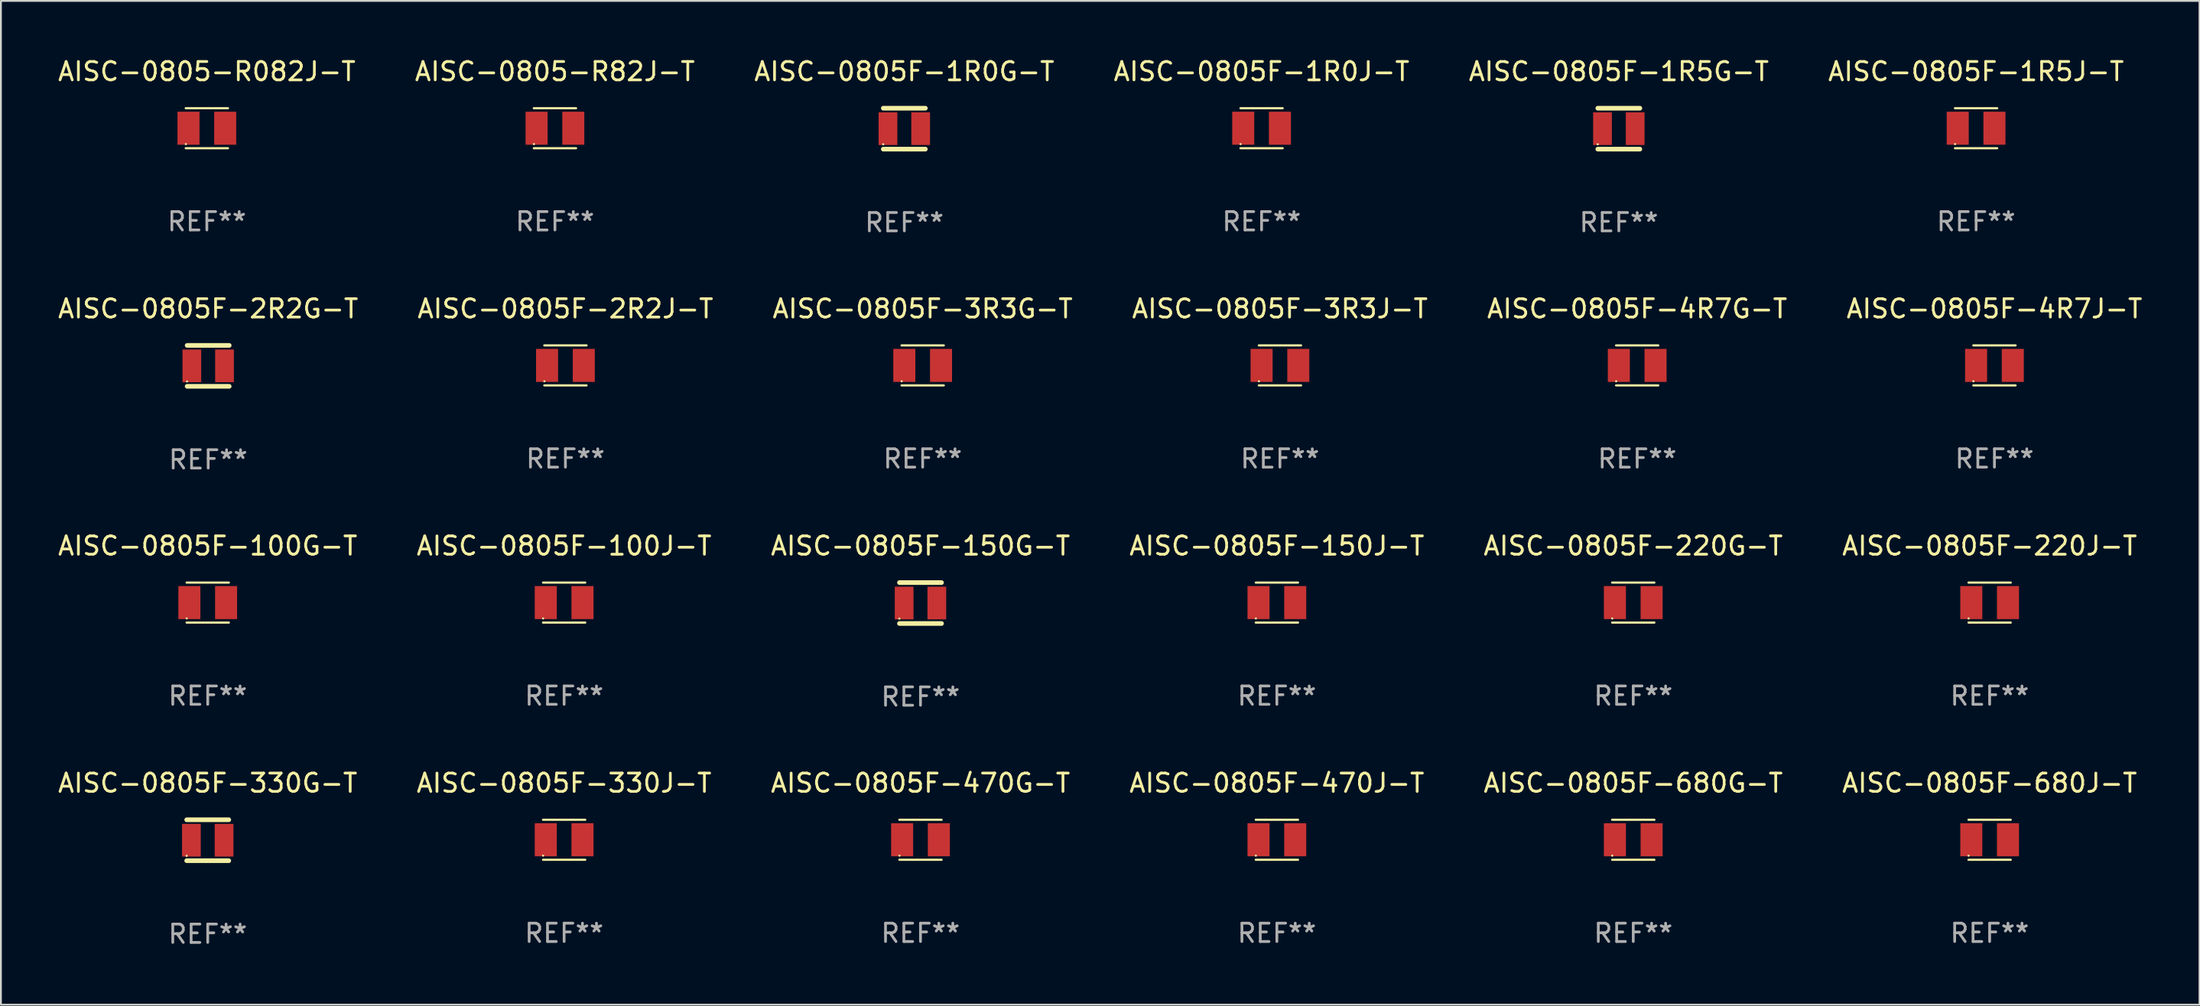
<source format=kicad_pcb>
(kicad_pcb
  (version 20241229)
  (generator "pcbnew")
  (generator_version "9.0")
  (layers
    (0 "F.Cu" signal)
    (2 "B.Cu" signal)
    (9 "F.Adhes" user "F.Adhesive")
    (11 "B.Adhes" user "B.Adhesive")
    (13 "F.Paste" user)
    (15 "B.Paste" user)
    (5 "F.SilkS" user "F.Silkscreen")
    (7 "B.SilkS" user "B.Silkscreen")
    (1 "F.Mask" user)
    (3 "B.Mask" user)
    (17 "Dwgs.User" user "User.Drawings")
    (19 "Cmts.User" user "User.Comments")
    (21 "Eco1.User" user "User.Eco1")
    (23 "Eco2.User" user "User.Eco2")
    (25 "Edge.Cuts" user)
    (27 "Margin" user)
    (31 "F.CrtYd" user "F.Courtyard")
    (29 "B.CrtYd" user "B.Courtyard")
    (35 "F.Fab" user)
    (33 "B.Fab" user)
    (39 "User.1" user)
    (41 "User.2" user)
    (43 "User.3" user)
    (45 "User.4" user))
  (footprint "AISC-0805F-4R7J-T"
    (layer "F.Cu")
    (at 105.613 16.865)
    (property "Reference" "AISC-0805F-4R7J-T" (at 0 -3.09 0) (layer "F.SilkS") (effects (font (size 1 1) (thickness 0.15))))
    (attr through_hole)
    (fp_line (start -1.15 1.09) (end 1.15 1.09) (stroke (width 0.12) (type solid)) (layer "F.SilkS"))
    (fp_line (start 1.15 -1.09) (end -1.15 -1.09) (stroke (width 0.12) (type solid)) (layer "F.SilkS"))
    (fp_circle (center -1.145 0.865) (end -1.115 0.865) (stroke (width 0.06) (type solid)) (fill no) (layer "F.SilkS"))
    (fp_text user "REF**" (at 0 5.09 0) (layer "F.Fab") (effects (font (size 1 1) (thickness 0.15))))
    (pad "1" smd rect (at -1 0 90) (size 1.8 1.2) (layers "F.Cu" "F.Mask" "F.Paste"))
    (pad "2" smd rect (at 1 0 90) (size 1.8 1.2) (layers "F.Cu" "F.Mask" "F.Paste")))
  (footprint "AISC-0805F-1R0G-T"
    (layer "F.Cu")
    (at 46.22 3.963)
    (property "Reference" "AISC-0805F-1R0G-T" (at 0 -3.115 0) (layer "F.SilkS") (effects (font (size 1 1) (thickness 0.15))))
    (attr through_hole)
    (fp_line (start -1.145 -1.115) (end 1.145 -1.115) (stroke (width 0.254) (type solid)) (layer "F.SilkS"))
    (fp_line (start -1.145 1.115) (end 1.145 1.115) (stroke (width 0.254) (type solid)) (layer "F.SilkS"))
    (fp_circle (center -1.15 0.85) (end -1.12 0.85) (stroke (width 0.06) (type solid)) (fill no) (layer "F.SilkS"))
    (fp_text user "REF**" (at 0 5.115 0) (layer "F.Fab") (effects (font (size 1 1) (thickness 0.15))))
    (pad "1" smd rect (at -0.89 0 90) (size 1.78 1.02) (layers "F.Cu" "F.Mask" "F.Paste"))
    (pad "2" smd rect (at 0.89 0 90) (size 1.78 1.02) (layers "F.Cu" "F.Mask" "F.Paste")))
  (footprint "AISC-0805F-150J-T"
    (layer "F.Cu")
    (at 66.518 29.791)
    (property "Reference" "AISC-0805F-150J-T" (at 0 -3.09 0) (layer "F.SilkS") (effects (font (size 1 1) (thickness 0.15))))
    (attr through_hole)
    (fp_line (start -1.15 1.09) (end 1.15 1.09) (stroke (width 0.12) (type solid)) (layer "F.SilkS"))
    (fp_line (start 1.15 -1.09) (end -1.15 -1.09) (stroke (width 0.12) (type solid)) (layer "F.SilkS"))
    (fp_circle (center -1.145 0.865) (end -1.115 0.865) (stroke (width 0.06) (type solid)) (fill no) (layer "F.SilkS"))
    (fp_text user "REF**" (at 0 5.09 0) (layer "F.Fab") (effects (font (size 1 1) (thickness 0.15))))
    (pad "1" smd rect (at -1 0 90) (size 1.8 1.2) (layers "F.Cu" "F.Mask" "F.Paste"))
    (pad "2" smd rect (at 1 0 90) (size 1.8 1.2) (layers "F.Cu" "F.Mask" "F.Paste")))
  (footprint "AISC-0805F-2R2G-T"
    (layer "F.Cu")
    (at 8.292 16.89)
    (property "Reference" "AISC-0805F-2R2G-T" (at 0 -3.115 0) (layer "F.SilkS") (effects (font (size 1 1) (thickness 0.15))))
    (attr through_hole)
    (fp_line (start -1.145 -1.115) (end 1.145 -1.115) (stroke (width 0.254) (type solid)) (layer "F.SilkS"))
    (fp_line (start -1.145 1.115) (end 1.145 1.115) (stroke (width 0.254) (type solid)) (layer "F.SilkS"))
    (fp_circle (center -1.15 0.85) (end -1.12 0.85) (stroke (width 0.06) (type solid)) (fill no) (layer "F.SilkS"))
    (fp_text user "REF**" (at 0 5.115 0) (layer "F.Fab") (effects (font (size 1 1) (thickness 0.15))))
    (pad "1" smd rect (at -0.89 0 90) (size 1.78 1.02) (layers "F.Cu" "F.Mask" "F.Paste"))
    (pad "2" smd rect (at 0.89 0 90) (size 1.78 1.02) (layers "F.Cu" "F.Mask" "F.Paste")))
  (footprint "AISC-0805F-3R3J-T"
    (layer "F.Cu")
    (at 66.685 16.865)
    (property "Reference" "AISC-0805F-3R3J-T" (at 0 -3.09 0) (layer "F.SilkS") (effects (font (size 1 1) (thickness 0.15))))
    (attr through_hole)
    (fp_line (start -1.15 1.09) (end 1.15 1.09) (stroke (width 0.12) (type solid)) (layer "F.SilkS"))
    (fp_line (start 1.15 -1.09) (end -1.15 -1.09) (stroke (width 0.12) (type solid)) (layer "F.SilkS"))
    (fp_circle (center -1.145 0.865) (end -1.115 0.865) (stroke (width 0.06) (type solid)) (fill no) (layer "F.SilkS"))
    (fp_text user "REF**" (at 0 5.09 0) (layer "F.Fab") (effects (font (size 1 1) (thickness 0.15))))
    (pad "1" smd rect (at -1 0 90) (size 1.8 1.2) (layers "F.Cu" "F.Mask" "F.Paste"))
    (pad "2" smd rect (at 1 0 90) (size 1.8 1.2) (layers "F.Cu" "F.Mask" "F.Paste")))
  (footprint "AISC-0805F-2R2J-T"
    (layer "F.Cu")
    (at 27.756 16.865)
    (property "Reference" "AISC-0805F-2R2J-T" (at 0 -3.09 0) (layer "F.SilkS") (effects (font (size 1 1) (thickness 0.15))))
    (attr through_hole)
    (fp_line (start -1.15 1.09) (end 1.15 1.09) (stroke (width 0.12) (type solid)) (layer "F.SilkS"))
    (fp_line (start 1.15 -1.09) (end -1.15 -1.09) (stroke (width 0.12) (type solid)) (layer "F.SilkS"))
    (fp_circle (center -1.145 0.865) (end -1.115 0.865) (stroke (width 0.06) (type solid)) (fill no) (layer "F.SilkS"))
    (fp_text user "REF**" (at 0 5.09 0) (layer "F.Fab") (effects (font (size 1 1) (thickness 0.15))))
    (pad "1" smd rect (at -1 0 90) (size 1.8 1.2) (layers "F.Cu" "F.Mask" "F.Paste"))
    (pad "2" smd rect (at 1 0 90) (size 1.8 1.2) (layers "F.Cu" "F.Mask" "F.Paste")))
  (footprint "AISC-0805-R082J-T"
    (layer "F.Cu")
    (at 8.22 3.938)
    (property "Reference" "AISC-0805-R082J-T" (at 0 -3.09 0) (layer "F.SilkS") (effects (font (size 1 1) (thickness 0.15))))
    (attr through_hole)
    (fp_line (start -1.15 1.09) (end 1.15 1.09) (stroke (width 0.12) (type solid)) (layer "F.SilkS"))
    (fp_line (start 1.15 -1.09) (end -1.15 -1.09) (stroke (width 0.12) (type solid)) (layer "F.SilkS"))
    (fp_circle (center -1.145 0.865) (end -1.115 0.865) (stroke (width 0.06) (type solid)) (fill no) (layer "F.SilkS"))
    (fp_text user "REF**" (at 0 5.09 0) (layer "F.Fab") (effects (font (size 1 1) (thickness 0.15))))
    (pad "1" smd rect (at -1 0 90) (size 1.8 1.2) (layers "F.Cu" "F.Mask" "F.Paste"))
    (pad "2" smd rect (at 1 0 90) (size 1.8 1.2) (layers "F.Cu" "F.Mask" "F.Paste")))
  (footprint "AISC-0805-R82J-T"
    (layer "F.Cu")
    (at 27.185 3.938)
    (property "Reference" "AISC-0805-R82J-T" (at 0 -3.09 0) (layer "F.SilkS") (effects (font (size 1 1) (thickness 0.15))))
    (attr through_hole)
    (fp_line (start -1.15 1.09) (end 1.15 1.09) (stroke (width 0.12) (type solid)) (layer "F.SilkS"))
    (fp_line (start 1.15 -1.09) (end -1.15 -1.09) (stroke (width 0.12) (type solid)) (layer "F.SilkS"))
    (fp_circle (center -1.145 0.865) (end -1.115 0.865) (stroke (width 0.06) (type solid)) (fill no) (layer "F.SilkS"))
    (fp_text user "REF**" (at 0 5.09 0) (layer "F.Fab") (effects (font (size 1 1) (thickness 0.15))))
    (pad "1" smd rect (at -1 0 90) (size 1.8 1.2) (layers "F.Cu" "F.Mask" "F.Paste"))
    (pad "2" smd rect (at 1 0 90) (size 1.8 1.2) (layers "F.Cu" "F.Mask" "F.Paste")))
  (footprint "AISC-0805F-470G-T"
    (layer "F.Cu")
    (at 47.101 42.718)
    (property "Reference" "AISC-0805F-470G-T" (at 0 -3.09 0) (layer "F.SilkS") (effects (font (size 1 1) (thickness 0.15))))
    (attr through_hole)
    (fp_line (start -1.15 1.09) (end 1.15 1.09) (stroke (width 0.12) (type solid)) (layer "F.SilkS"))
    (fp_line (start 1.15 -1.09) (end -1.15 -1.09) (stroke (width 0.12) (type solid)) (layer "F.SilkS"))
    (fp_circle (center -1.145 0.865) (end -1.115 0.865) (stroke (width 0.06) (type solid)) (fill no) (layer "F.SilkS"))
    (fp_text user "REF**" (at 0 5.09 0) (layer "F.Fab") (effects (font (size 1 1) (thickness 0.15))))
    (pad "1" smd rect (at -1 0 90) (size 1.8 1.2) (layers "F.Cu" "F.Mask" "F.Paste"))
    (pad "2" smd rect (at 1 0 90) (size 1.8 1.2) (layers "F.Cu" "F.Mask" "F.Paste")))
  (footprint "AISC-0805F-330J-T"
    (layer "F.Cu")
    (at 27.685 42.718)
    (property "Reference" "AISC-0805F-330J-T" (at 0 -3.09 0) (layer "F.SilkS") (effects (font (size 1 1) (thickness 0.15))))
    (attr through_hole)
    (fp_line (start -1.15 1.09) (end 1.15 1.09) (stroke (width 0.12) (type solid)) (layer "F.SilkS"))
    (fp_line (start 1.15 -1.09) (end -1.15 -1.09) (stroke (width 0.12) (type solid)) (layer "F.SilkS"))
    (fp_circle (center -1.145 0.865) (end -1.115 0.865) (stroke (width 0.06) (type solid)) (fill no) (layer "F.SilkS"))
    (fp_text user "REF**" (at 0 5.09 0) (layer "F.Fab") (effects (font (size 1 1) (thickness 0.15))))
    (pad "1" smd rect (at -1 0 90) (size 1.8 1.2) (layers "F.Cu" "F.Mask" "F.Paste"))
    (pad "2" smd rect (at 1 0 90) (size 1.8 1.2) (layers "F.Cu" "F.Mask" "F.Paste")))
  (footprint "AISC-0805F-100J-T"
    (layer "F.Cu")
    (at 27.685 29.791)
    (property "Reference" "AISC-0805F-100J-T" (at 0 -3.09 0) (layer "F.SilkS") (effects (font (size 1 1) (thickness 0.15))))
    (attr through_hole)
    (fp_line (start -1.15 1.09) (end 1.15 1.09) (stroke (width 0.12) (type solid)) (layer "F.SilkS"))
    (fp_line (start 1.15 -1.09) (end -1.15 -1.09) (stroke (width 0.12) (type solid)) (layer "F.SilkS"))
    (fp_circle (center -1.145 0.865) (end -1.115 0.865) (stroke (width 0.06) (type solid)) (fill no) (layer "F.SilkS"))
    (fp_text user "REF**" (at 0 5.09 0) (layer "F.Fab") (effects (font (size 1 1) (thickness 0.15))))
    (pad "1" smd rect (at -1 0 90) (size 1.8 1.2) (layers "F.Cu" "F.Mask" "F.Paste"))
    (pad "2" smd rect (at 1 0 90) (size 1.8 1.2) (layers "F.Cu" "F.Mask" "F.Paste")))
  (footprint "AISC-0805F-1R5J-T"
    (layer "F.Cu")
    (at 104.613 3.938)
    (property "Reference" "AISC-0805F-1R5J-T" (at 0 -3.09 0) (layer "F.SilkS") (effects (font (size 1 1) (thickness 0.15))))
    (attr through_hole)
    (fp_line (start -1.15 1.09) (end 1.15 1.09) (stroke (width 0.12) (type solid)) (layer "F.SilkS"))
    (fp_line (start 1.15 -1.09) (end -1.15 -1.09) (stroke (width 0.12) (type solid)) (layer "F.SilkS"))
    (fp_circle (center -1.145 0.865) (end -1.115 0.865) (stroke (width 0.06) (type solid)) (fill no) (layer "F.SilkS"))
    (fp_text user "REF**" (at 0 5.09 0) (layer "F.Fab") (effects (font (size 1 1) (thickness 0.15))))
    (pad "1" smd rect (at -1 0 90) (size 1.8 1.2) (layers "F.Cu" "F.Mask" "F.Paste"))
    (pad "2" smd rect (at 1 0 90) (size 1.8 1.2) (layers "F.Cu" "F.Mask" "F.Paste")))
  (footprint "AISC-0805F-330G-T"
    (layer "F.Cu")
    (at 8.268 42.743)
    (property "Reference" "AISC-0805F-330G-T" (at 0 -3.115 0) (layer "F.SilkS") (effects (font (size 1 1) (thickness 0.15))))
    (attr through_hole)
    (fp_line (start -1.145 -1.115) (end 1.145 -1.115) (stroke (width 0.254) (type solid)) (layer "F.SilkS"))
    (fp_line (start -1.145 1.115) (end 1.145 1.115) (stroke (width 0.254) (type solid)) (layer "F.SilkS"))
    (fp_circle (center -1.15 0.85) (end -1.12 0.85) (stroke (width 0.06) (type solid)) (fill no) (layer "F.SilkS"))
    (fp_text user "REF**" (at 0 5.115 0) (layer "F.Fab") (effects (font (size 1 1) (thickness 0.15))))
    (pad "1" smd rect (at -0.89 0 90) (size 1.78 1.02) (layers "F.Cu" "F.Mask" "F.Paste"))
    (pad "2" smd rect (at 0.89 0 90) (size 1.78 1.02) (layers "F.Cu" "F.Mask" "F.Paste")))
  (footprint "AISC-0805F-150G-T"
    (layer "F.Cu")
    (at 47.101 29.816)
    (property "Reference" "AISC-0805F-150G-T" (at 0 -3.115 0) (layer "F.SilkS") (effects (font (size 1 1) (thickness 0.15))))
    (attr through_hole)
    (fp_line (start -1.145 -1.115) (end 1.145 -1.115) (stroke (width 0.254) (type solid)) (layer "F.SilkS"))
    (fp_line (start -1.145 1.115) (end 1.145 1.115) (stroke (width 0.254) (type solid)) (layer "F.SilkS"))
    (fp_circle (center -1.15 0.85) (end -1.12 0.85) (stroke (width 0.06) (type solid)) (fill no) (layer "F.SilkS"))
    (fp_text user "REF**" (at 0 5.115 0) (layer "F.Fab") (effects (font (size 1 1) (thickness 0.15))))
    (pad "1" smd rect (at -0.89 0 90) (size 1.78 1.02) (layers "F.Cu" "F.Mask" "F.Paste"))
    (pad "2" smd rect (at 0.89 0 90) (size 1.78 1.02) (layers "F.Cu" "F.Mask" "F.Paste")))
  (footprint "AISC-0805F-100G-T"
    (layer "F.Cu")
    (at 8.268 29.791)
    (property "Reference" "AISC-0805F-100G-T" (at 0 -3.09 0) (layer "F.SilkS") (effects (font (size 1 1) (thickness 0.15))))
    (attr through_hole)
    (fp_line (start -1.15 1.09) (end 1.15 1.09) (stroke (width 0.12) (type solid)) (layer "F.SilkS"))
    (fp_line (start 1.15 -1.09) (end -1.15 -1.09) (stroke (width 0.12) (type solid)) (layer "F.SilkS"))
    (fp_circle (center -1.145 0.865) (end -1.115 0.865) (stroke (width 0.06) (type solid)) (fill no) (layer "F.SilkS"))
    (fp_text user "REF**" (at 0 5.09 0) (layer "F.Fab") (effects (font (size 1 1) (thickness 0.15))))
    (pad "1" smd rect (at -1 0 90) (size 1.8 1.2) (layers "F.Cu" "F.Mask" "F.Paste"))
    (pad "2" smd rect (at 1 0 90) (size 1.8 1.2) (layers "F.Cu" "F.Mask" "F.Paste")))
  (footprint "AISC-0805F-220J-T"
    (layer "F.Cu")
    (at 105.351 29.791)
    (property "Reference" "AISC-0805F-220J-T" (at 0 -3.09 0) (layer "F.SilkS") (effects (font (size 1 1) (thickness 0.15))))
    (attr through_hole)
    (fp_line (start -1.15 1.09) (end 1.15 1.09) (stroke (width 0.12) (type solid)) (layer "F.SilkS"))
    (fp_line (start 1.15 -1.09) (end -1.15 -1.09) (stroke (width 0.12) (type solid)) (layer "F.SilkS"))
    (fp_circle (center -1.145 0.865) (end -1.115 0.865) (stroke (width 0.06) (type solid)) (fill no) (layer "F.SilkS"))
    (fp_text user "REF**" (at 0 5.09 0) (layer "F.Fab") (effects (font (size 1 1) (thickness 0.15))))
    (pad "1" smd rect (at -1 0 90) (size 1.8 1.2) (layers "F.Cu" "F.Mask" "F.Paste"))
    (pad "2" smd rect (at 1 0 90) (size 1.8 1.2) (layers "F.Cu" "F.Mask" "F.Paste")))
  (footprint "AISC-0805F-1R0J-T"
    (layer "F.Cu")
    (at 65.685 3.938)
    (property "Reference" "AISC-0805F-1R0J-T" (at 0 -3.09 0) (layer "F.SilkS") (effects (font (size 1 1) (thickness 0.15))))
    (attr through_hole)
    (fp_line (start -1.15 1.09) (end 1.15 1.09) (stroke (width 0.12) (type solid)) (layer "F.SilkS"))
    (fp_line (start 1.15 -1.09) (end -1.15 -1.09) (stroke (width 0.12) (type solid)) (layer "F.SilkS"))
    (fp_circle (center -1.145 0.865) (end -1.115 0.865) (stroke (width 0.06) (type solid)) (fill no) (layer "F.SilkS"))
    (fp_text user "REF**" (at 0 5.09 0) (layer "F.Fab") (effects (font (size 1 1) (thickness 0.15))))
    (pad "1" smd rect (at -1 0 90) (size 1.8 1.2) (layers "F.Cu" "F.Mask" "F.Paste"))
    (pad "2" smd rect (at 1 0 90) (size 1.8 1.2) (layers "F.Cu" "F.Mask" "F.Paste")))
  (footprint "AISC-0805F-680G-T"
    (layer "F.Cu")
    (at 85.935 42.718)
    (property "Reference" "AISC-0805F-680G-T" (at 0 -3.09 0) (layer "F.SilkS") (effects (font (size 1 1) (thickness 0.15))))
    (attr through_hole)
    (fp_line (start -1.15 1.09) (end 1.15 1.09) (stroke (width 0.12) (type solid)) (layer "F.SilkS"))
    (fp_line (start 1.15 -1.09) (end -1.15 -1.09) (stroke (width 0.12) (type solid)) (layer "F.SilkS"))
    (fp_circle (center -1.145 0.865) (end -1.115 0.865) (stroke (width 0.06) (type solid)) (fill no) (layer "F.SilkS"))
    (fp_text user "REF**" (at 0 5.09 0) (layer "F.Fab") (effects (font (size 1 1) (thickness 0.15))))
    (pad "1" smd rect (at -1 0 90) (size 1.8 1.2) (layers "F.Cu" "F.Mask" "F.Paste"))
    (pad "2" smd rect (at 1 0 90) (size 1.8 1.2) (layers "F.Cu" "F.Mask" "F.Paste")))
  (footprint "AISC-0805F-470J-T"
    (layer "F.Cu")
    (at 66.518 42.718)
    (property "Reference" "AISC-0805F-470J-T" (at 0 -3.09 0) (layer "F.SilkS") (effects (font (size 1 1) (thickness 0.15))))
    (attr through_hole)
    (fp_line (start -1.15 1.09) (end 1.15 1.09) (stroke (width 0.12) (type solid)) (layer "F.SilkS"))
    (fp_line (start 1.15 -1.09) (end -1.15 -1.09) (stroke (width 0.12) (type solid)) (layer "F.SilkS"))
    (fp_circle (center -1.145 0.865) (end -1.115 0.865) (stroke (width 0.06) (type solid)) (fill no) (layer "F.SilkS"))
    (fp_text user "REF**" (at 0 5.09 0) (layer "F.Fab") (effects (font (size 1 1) (thickness 0.15))))
    (pad "1" smd rect (at -1 0 90) (size 1.8 1.2) (layers "F.Cu" "F.Mask" "F.Paste"))
    (pad "2" smd rect (at 1 0 90) (size 1.8 1.2) (layers "F.Cu" "F.Mask" "F.Paste")))
  (footprint "AISC-0805F-3R3G-T"
    (layer "F.Cu")
    (at 47.22 16.865)
    (property "Reference" "AISC-0805F-3R3G-T" (at 0 -3.09 0) (layer "F.SilkS") (effects (font (size 1 1) (thickness 0.15))))
    (attr through_hole)
    (fp_line (start -1.15 1.09) (end 1.15 1.09) (stroke (width 0.12) (type solid)) (layer "F.SilkS"))
    (fp_line (start 1.15 -1.09) (end -1.15 -1.09) (stroke (width 0.12) (type solid)) (layer "F.SilkS"))
    (fp_circle (center -1.145 0.865) (end -1.115 0.865) (stroke (width 0.06) (type solid)) (fill no) (layer "F.SilkS"))
    (fp_text user "REF**" (at 0 5.09 0) (layer "F.Fab") (effects (font (size 1 1) (thickness 0.15))))
    (pad "1" smd rect (at -1 0 90) (size 1.8 1.2) (layers "F.Cu" "F.Mask" "F.Paste"))
    (pad "2" smd rect (at 1 0 90) (size 1.8 1.2) (layers "F.Cu" "F.Mask" "F.Paste")))
  (footprint "AISC-0805F-1R5G-T"
    (layer "F.Cu")
    (at 85.149 3.963)
    (property "Reference" "AISC-0805F-1R5G-T" (at 0 -3.115 0) (layer "F.SilkS") (effects (font (size 1 1) (thickness 0.15))))
    (attr through_hole)
    (fp_line (start -1.145 -1.115) (end 1.145 -1.115) (stroke (width 0.254) (type solid)) (layer "F.SilkS"))
    (fp_line (start -1.145 1.115) (end 1.145 1.115) (stroke (width 0.254) (type solid)) (layer "F.SilkS"))
    (fp_circle (center -1.15 0.85) (end -1.12 0.85) (stroke (width 0.06) (type solid)) (fill no) (layer "F.SilkS"))
    (fp_text user "REF**" (at 0 5.115 0) (layer "F.Fab") (effects (font (size 1 1) (thickness 0.15))))
    (pad "1" smd rect (at -0.89 0 90) (size 1.78 1.02) (layers "F.Cu" "F.Mask" "F.Paste"))
    (pad "2" smd rect (at 0.89 0 90) (size 1.78 1.02) (layers "F.Cu" "F.Mask" "F.Paste")))
  (footprint "AISC-0805F-680J-T"
    (layer "F.Cu")
    (at 105.351 42.718)
    (property "Reference" "AISC-0805F-680J-T" (at 0 -3.09 0) (layer "F.SilkS") (effects (font (size 1 1) (thickness 0.15))))
    (attr through_hole)
    (fp_line (start -1.15 1.09) (end 1.15 1.09) (stroke (width 0.12) (type solid)) (layer "F.SilkS"))
    (fp_line (start 1.15 -1.09) (end -1.15 -1.09) (stroke (width 0.12) (type solid)) (layer "F.SilkS"))
    (fp_circle (center -1.145 0.865) (end -1.115 0.865) (stroke (width 0.06) (type solid)) (fill no) (layer "F.SilkS"))
    (fp_text user "REF**" (at 0 5.09 0) (layer "F.Fab") (effects (font (size 1 1) (thickness 0.15))))
    (pad "1" smd rect (at -1 0 90) (size 1.8 1.2) (layers "F.Cu" "F.Mask" "F.Paste"))
    (pad "2" smd rect (at 1 0 90) (size 1.8 1.2) (layers "F.Cu" "F.Mask" "F.Paste")))
  (footprint "AISC-0805F-220G-T"
    (layer "F.Cu")
    (at 85.935 29.791)
    (property "Reference" "AISC-0805F-220G-T" (at 0 -3.09 0) (layer "F.SilkS") (effects (font (size 1 1) (thickness 0.15))))
    (attr through_hole)
    (fp_line (start -1.15 1.09) (end 1.15 1.09) (stroke (width 0.12) (type solid)) (layer "F.SilkS"))
    (fp_line (start 1.15 -1.09) (end -1.15 -1.09) (stroke (width 0.12) (type solid)) (layer "F.SilkS"))
    (fp_circle (center -1.145 0.865) (end -1.115 0.865) (stroke (width 0.06) (type solid)) (fill no) (layer "F.SilkS"))
    (fp_text user "REF**" (at 0 5.09 0) (layer "F.Fab") (effects (font (size 1 1) (thickness 0.15))))
    (pad "1" smd rect (at -1 0 90) (size 1.8 1.2) (layers "F.Cu" "F.Mask" "F.Paste"))
    (pad "2" smd rect (at 1 0 90) (size 1.8 1.2) (layers "F.Cu" "F.Mask" "F.Paste")))
  (footprint "AISC-0805F-4R7G-T"
    (layer "F.Cu")
    (at 86.149 16.865)
    (property "Reference" "AISC-0805F-4R7G-T" (at 0 -3.09 0) (layer "F.SilkS") (effects (font (size 1 1) (thickness 0.15))))
    (attr through_hole)
    (fp_line (start -1.15 1.09) (end 1.15 1.09) (stroke (width 0.12) (type solid)) (layer "F.SilkS"))
    (fp_line (start 1.15 -1.09) (end -1.15 -1.09) (stroke (width 0.12) (type solid)) (layer "F.SilkS"))
    (fp_circle (center -1.145 0.865) (end -1.115 0.865) (stroke (width 0.06) (type solid)) (fill no) (layer "F.SilkS"))
    (fp_text user "REF**" (at 0 5.09 0) (layer "F.Fab") (effects (font (size 1 1) (thickness 0.15))))
    (pad "1" smd rect (at -1 0 90) (size 1.8 1.2) (layers "F.Cu" "F.Mask" "F.Paste"))
    (pad "2" smd rect (at 1 0 90) (size 1.8 1.2) (layers "F.Cu" "F.Mask" "F.Paste")))
  (gr_rect
    (start -3 -3)
    (end 116.786 51.706)
    (stroke (width 0.1) (type default))
    (fill no)
    (layer "Edge.Cuts")))
</source>
